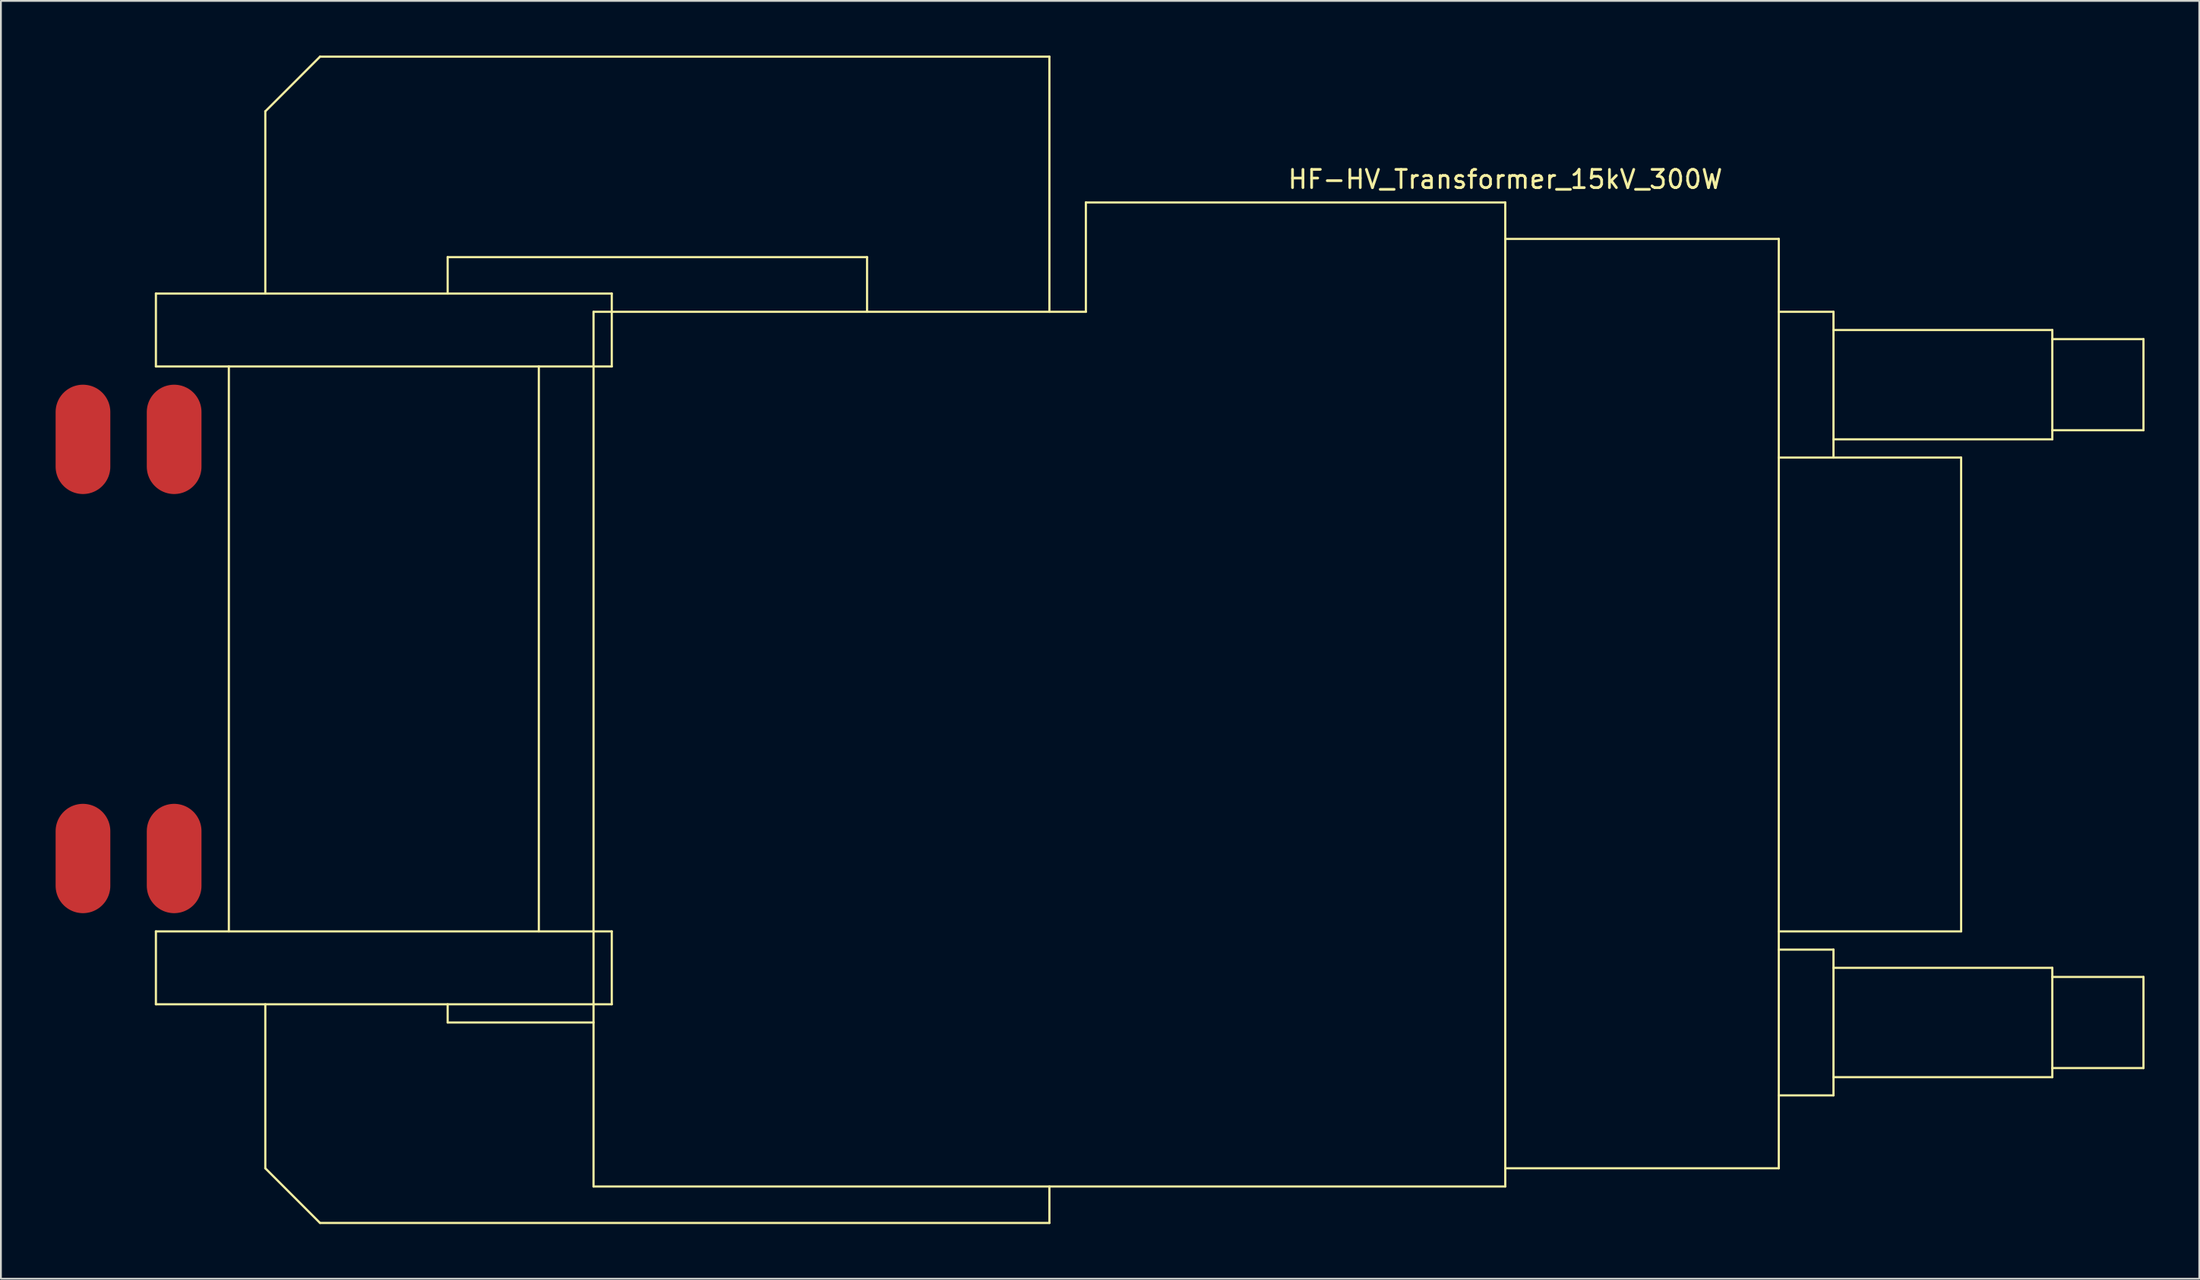
<source format=kicad_pcb>
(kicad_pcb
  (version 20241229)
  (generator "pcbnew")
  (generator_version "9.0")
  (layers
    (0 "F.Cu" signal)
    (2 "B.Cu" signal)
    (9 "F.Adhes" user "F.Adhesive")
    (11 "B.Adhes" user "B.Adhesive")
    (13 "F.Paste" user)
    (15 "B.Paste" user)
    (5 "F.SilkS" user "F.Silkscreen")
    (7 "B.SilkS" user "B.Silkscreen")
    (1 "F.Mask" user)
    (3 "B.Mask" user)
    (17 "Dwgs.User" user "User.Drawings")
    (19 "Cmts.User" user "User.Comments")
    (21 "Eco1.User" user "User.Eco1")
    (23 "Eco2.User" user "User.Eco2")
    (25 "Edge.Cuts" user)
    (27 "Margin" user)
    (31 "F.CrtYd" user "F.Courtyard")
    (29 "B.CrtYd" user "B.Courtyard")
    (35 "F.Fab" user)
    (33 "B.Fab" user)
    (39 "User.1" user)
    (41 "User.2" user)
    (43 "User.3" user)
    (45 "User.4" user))
  (footprint "HF-HV_Transformer_15kV_300W"
    (layer "F.Cu")
    (at 79.5 8.06)
    (property "Reference" "HF-HV_Transformer_15kV_300W" (at 0 -1.27 0) (layer "F.SilkS") (effects (font (size 1 1) (thickness 0.15))))
    (attr through_hole)
    (fp_line (start -74 5) (end -74 9) (stroke (width 0.12) (type solid)) (layer "F.SilkS"))
    (fp_line (start -74 5) (end -49 5) (stroke (width 0.12) (type solid)) (layer "F.SilkS"))
    (fp_line (start -74 9) (end -49 9) (stroke (width 0.12) (type solid)) (layer "F.SilkS"))
    (fp_line (start -74 40) (end -74 44) (stroke (width 0.12) (type solid)) (layer "F.SilkS"))
    (fp_line (start -74 40) (end -49 40) (stroke (width 0.12) (type solid)) (layer "F.SilkS"))
    (fp_line (start -74 44) (end -49 44) (stroke (width 0.12) (type solid)) (layer "F.SilkS"))
    (fp_line (start -70 9) (end -70 40) (stroke (width 0.12) (type solid)) (layer "F.SilkS"))
    (fp_line (start -68 -5) (end -68 5) (stroke (width 0.12) (type solid)) (layer "F.SilkS"))
    (fp_line (start -68 44) (end -68 53) (stroke (width 0.12) (type solid)) (layer "F.SilkS"))
    (fp_line (start -68 53) (end -65 56) (stroke (width 0.12) (type solid)) (layer "F.SilkS"))
    (fp_line (start -65 -8) (end -68 -5) (stroke (width 0.12) (type solid)) (layer "F.SilkS"))
    (fp_line (start -58 3) (end -58 5) (stroke (width 0.12) (type solid)) (layer "F.SilkS"))
    (fp_line (start -58 44) (end -58 45) (stroke (width 0.12) (type solid)) (layer "F.SilkS"))
    (fp_line (start -58 45) (end -50 45) (stroke (width 0.12) (type solid)) (layer "F.SilkS"))
    (fp_line (start -53 9) (end -53 40) (stroke (width 0.12) (type solid)) (layer "F.SilkS"))
    (fp_line (start -50 6) (end -50 54) (stroke (width 0.12) (type solid)) (layer "F.SilkS"))
    (fp_line (start -50 6) (end -23 6) (stroke (width 0.12) (type solid)) (layer "F.SilkS"))
    (fp_line (start -49 5) (end -49 9) (stroke (width 0.12) (type solid)) (layer "F.SilkS"))
    (fp_line (start -49 40) (end -49 44) (stroke (width 0.12) (type solid)) (layer "F.SilkS"))
    (fp_line (start -35 3) (end -58 3) (stroke (width 0.12) (type solid)) (layer "F.SilkS"))
    (fp_line (start -35 3) (end -35 6) (stroke (width 0.12) (type solid)) (layer "F.SilkS"))
    (fp_line (start -25 -8) (end -65 -8) (stroke (width 0.12) (type solid)) (layer "F.SilkS"))
    (fp_line (start -25 -8) (end -25 6) (stroke (width 0.12) (type solid)) (layer "F.SilkS"))
    (fp_line (start -25 56) (end -65 56) (stroke (width 0.12) (type solid)) (layer "F.SilkS"))
    (fp_line (start -25 56) (end -25 54) (stroke (width 0.12) (type solid)) (layer "F.SilkS"))
    (fp_line (start -23 6) (end -23 0) (stroke (width 0.12) (type solid)) (layer "F.SilkS"))
    (fp_line (start 0 0) (end -23 0) (stroke (width 0.12) (type solid)) (layer "F.SilkS"))
    (fp_line (start 0 2) (end 15 2) (stroke (width 0.12) (type solid)) (layer "F.SilkS"))
    (fp_line (start 0 54) (end -50 54) (stroke (width 0.12) (type solid)) (layer "F.SilkS"))
    (fp_line (start 0 54) (end 0 0) (stroke (width 0.12) (type solid)) (layer "F.SilkS"))
    (fp_line (start 15 2) (end 15 53) (stroke (width 0.12) (type solid)) (layer "F.SilkS"))
    (fp_line (start 15 6) (end 18 6) (stroke (width 0.12) (type solid)) (layer "F.SilkS"))
    (fp_line (start 15 14) (end 25 14) (stroke (width 0.12) (type solid)) (layer "F.SilkS"))
    (fp_line (start 15 40) (end 25 40) (stroke (width 0.12) (type solid)) (layer "F.SilkS"))
    (fp_line (start 15 49) (end 18 49) (stroke (width 0.12) (type solid)) (layer "F.SilkS"))
    (fp_line (start 15 53) (end 0 53) (stroke (width 0.12) (type solid)) (layer "F.SilkS"))
    (fp_line (start 18 6) (end 18 14) (stroke (width 0.12) (type solid)) (layer "F.SilkS"))
    (fp_line (start 18 7) (end 30 7) (stroke (width 0.12) (type solid)) (layer "F.SilkS"))
    (fp_line (start 18 13) (end 30 13) (stroke (width 0.12) (type solid)) (layer "F.SilkS"))
    (fp_line (start 18 41) (end 15 41) (stroke (width 0.12) (type solid)) (layer "F.SilkS"))
    (fp_line (start 18 42) (end 30 42) (stroke (width 0.12) (type solid)) (layer "F.SilkS"))
    (fp_line (start 18 48) (end 30 48) (stroke (width 0.12) (type solid)) (layer "F.SilkS"))
    (fp_line (start 18 49) (end 18 41) (stroke (width 0.12) (type solid)) (layer "F.SilkS"))
    (fp_line (start 25 40) (end 25 14) (stroke (width 0.12) (type solid)) (layer "F.SilkS"))
    (fp_line (start 30 7) (end 30 13) (stroke (width 0.12) (type solid)) (layer "F.SilkS"))
    (fp_line (start 30 7.5) (end 35 7.5) (stroke (width 0.12) (type solid)) (layer "F.SilkS"))
    (fp_line (start 30 12.5) (end 35 12.5) (stroke (width 0.12) (type solid)) (layer "F.SilkS"))
    (fp_line (start 30 42.5) (end 35 42.5) (stroke (width 0.12) (type solid)) (layer "F.SilkS"))
    (fp_line (start 30 48) (end 30 42) (stroke (width 0.12) (type solid)) (layer "F.SilkS"))
    (fp_line (start 35 7.5) (end 35 12.5) (stroke (width 0.12) (type solid)) (layer "F.SilkS"))
    (fp_line (start 35 42.5) (end 35 47.5) (stroke (width 0.12) (type solid)) (layer "F.SilkS"))
    (fp_line (start 35 47.5) (end 30 47.5) (stroke (width 0.12) (type solid)) (layer "F.SilkS"))
    (fp_circle (center 20 20) (end 22 20) (stroke (width 0.12) (type solid)) (fill no) (layer "B.Paste"))
    (fp_circle (center 20 35) (end 22 35) (stroke (width 0.12) (type solid)) (fill no) (layer "B.Paste"))
    (pad "1" smd oval (at -78 13) (size 3 6) (layers "F.Cu" "F.Mask" "F.Paste"))
    (pad "2" smd oval (at -78 36) (size 3 6) (layers "F.Cu" "F.Mask" "F.Paste"))
    (pad "3" smd oval (at -73 13) (size 3 6) (layers "F.Cu" "F.Mask" "F.Paste"))
    (pad "4" smd oval (at -73 36) (size 3 6) (layers "F.Cu" "F.Mask" "F.Paste")))
  (gr_rect
    (start -3 -3)
    (end 117.56 67.12)
    (stroke (width 0.1) (type default))
    (fill no)
    (layer "Edge.Cuts")))
</source>
